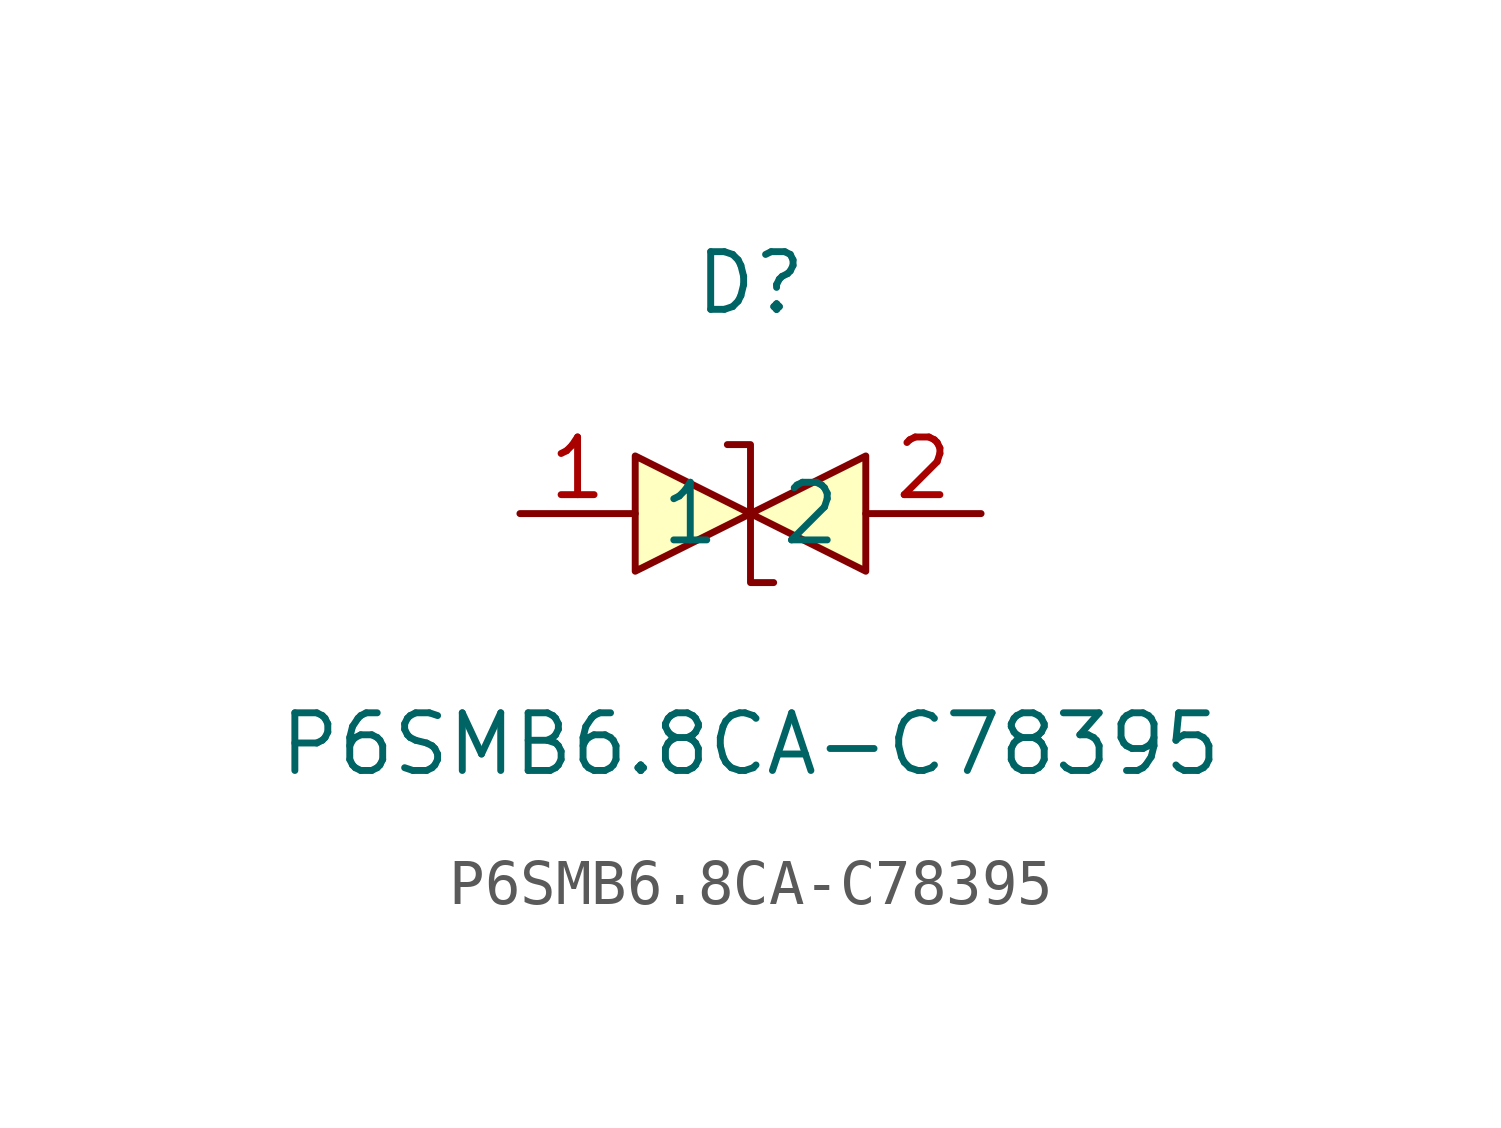
<source format=kicad_sym>
(kicad_symbol_lib
  (version 20241209)
  (generator "kicad_symbol_editor")
  (generator_version "9.0")
  (symbol "P6SMB6.8CA-C78395"
    (property "Reference" "D"
      (at 0 5.08 0)
      (effects (font (size 1.27 1.27))))
    (property "Value" "P6SMB6.8CA-C78395"
      (at 0 -5.08 0)
      (effects (font (size 1.27 1.27))))
    (symbol "P6SMB6.8CA-C78395_0_1"
      (polyline (pts (xy -2.54 1.27) (xy 0 0) (xy -2.54 -1.27) (xy -2.54 1.27)) (stroke (width 0) (type default)) (fill (type background)))
      (polyline (pts (xy -0.51 1.52) (xy -0.51 1.52) (xy 0 1.52) (xy 0 -1.52) (xy 0.51 -1.52) (xy 0.51 -1.52)) (stroke (width 0) (type default)) (fill (type none)))
      (polyline (pts (xy 2.54 1.27) (xy 0 0) (xy 2.54 -1.27) (xy 2.54 1.27)) (stroke (width 0) (type default)) (fill (type background))))
    (symbol "P6SMB6.8CA-C78395_1_1"
      (pin passive line (at -5.08 0 0) (length 2.54) (name "1" (effects (font (size 1.27 1.27)))) (number "1" (effects (font (size 1.27 1.27)))))
      (pin passive line (at 5.08 0 180) (length 2.54) (name "2" (effects (font (size 1.27 1.27)))) (number "2" (effects (font (size 1.27 1.27))))))))
</source>
